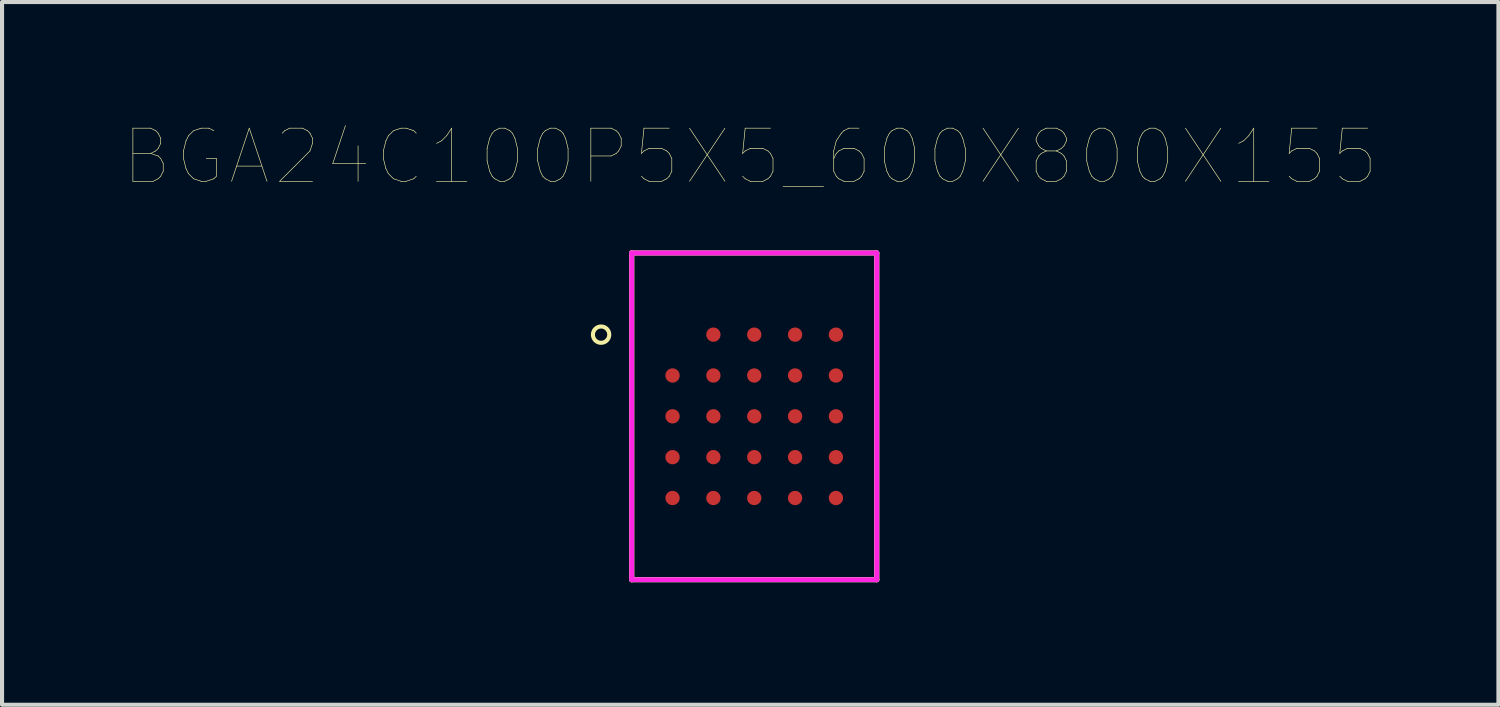
<source format=kicad_pcb>
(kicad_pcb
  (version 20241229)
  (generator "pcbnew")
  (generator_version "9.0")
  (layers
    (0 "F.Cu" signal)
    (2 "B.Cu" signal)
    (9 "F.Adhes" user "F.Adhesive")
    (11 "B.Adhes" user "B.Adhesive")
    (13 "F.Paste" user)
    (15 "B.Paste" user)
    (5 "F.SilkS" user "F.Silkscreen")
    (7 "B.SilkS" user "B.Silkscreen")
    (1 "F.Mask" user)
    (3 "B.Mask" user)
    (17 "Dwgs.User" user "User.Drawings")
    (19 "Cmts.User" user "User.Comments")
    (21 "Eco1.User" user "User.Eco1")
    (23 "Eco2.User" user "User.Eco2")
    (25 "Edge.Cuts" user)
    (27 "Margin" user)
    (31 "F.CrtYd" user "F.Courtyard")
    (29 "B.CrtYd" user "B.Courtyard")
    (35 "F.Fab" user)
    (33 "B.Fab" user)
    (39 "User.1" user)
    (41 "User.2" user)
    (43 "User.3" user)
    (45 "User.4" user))
  (footprint "BGA24C100P5X5_600X800X155"
    (layer "F.Cu")
    (at 15.418 7.144)
    (property "Reference" "BGA24C100P5X5_600X800X155" (at -0.098 -6.356 0) (layer "F.SilkS") (effects (font (size 1.301 1.301) (thickness 0.015))))
    (attr through_hole)
    (fp_line (start -3 -4) (end 3 -4) (stroke (width 0.127) (type solid)) (layer "F.SilkS"))
    (fp_line (start -3 4) (end -3 -4) (stroke (width 0.127) (type solid)) (layer "F.SilkS"))
    (fp_line (start 3 -4) (end 3 4) (stroke (width 0.127) (type solid)) (layer "F.SilkS"))
    (fp_line (start 3 4) (end -3 4) (stroke (width 0.127) (type solid)) (layer "F.SilkS"))
    (fp_circle (center -3.75 -2) (end -3.55 -2) (stroke (width 0.1) (type solid)) (fill no) (layer "F.SilkS"))
    (fp_line (start -3 -4) (end 3 -4) (stroke (width 0.12) (type solid)) (layer "F.CrtYd"))
    (fp_line (start -3 4) (end -3 -4) (stroke (width 0.12) (type solid)) (layer "F.CrtYd"))
    (fp_line (start 3 -4) (end 3 4) (stroke (width 0.12) (type solid)) (layer "F.CrtYd"))
    (fp_line (start 3 4) (end -3 4) (stroke (width 0.12) (type solid)) (layer "F.CrtYd"))
    (pad "A2" smd circle (at -1 -2) (size 0.35 0.35) (layers "F.Cu" "F.Mask" "F.Paste"))
    (pad "A3" smd circle (at 0 -2) (size 0.35 0.35) (layers "F.Cu" "F.Mask" "F.Paste"))
    (pad "A4" smd circle (at 1 -2) (size 0.35 0.35) (layers "F.Cu" "F.Mask" "F.Paste"))
    (pad "A5" smd circle (at 2 -2) (size 0.35 0.35) (layers "F.Cu" "F.Mask" "F.Paste"))
    (pad "B1" smd circle (at -2 -1) (size 0.35 0.35) (layers "F.Cu" "F.Mask" "F.Paste"))
    (pad "B2" smd circle (at -1 -1) (size 0.35 0.35) (layers "F.Cu" "F.Mask" "F.Paste"))
    (pad "B3" smd circle (at 0 -1) (size 0.35 0.35) (layers "F.Cu" "F.Mask" "F.Paste"))
    (pad "B4" smd circle (at 1 -1) (size 0.35 0.35) (layers "F.Cu" "F.Mask" "F.Paste"))
    (pad "B5" smd circle (at 2 -1) (size 0.35 0.35) (layers "F.Cu" "F.Mask" "F.Paste"))
    (pad "C1" smd circle (at -2 0) (size 0.35 0.35) (layers "F.Cu" "F.Mask" "F.Paste"))
    (pad "C2" smd circle (at -1 0) (size 0.35 0.35) (layers "F.Cu" "F.Mask" "F.Paste"))
    (pad "C3" smd circle (at 0 0) (size 0.35 0.35) (layers "F.Cu" "F.Mask" "F.Paste"))
    (pad "C4" smd circle (at 1 0) (size 0.35 0.35) (layers "F.Cu" "F.Mask" "F.Paste"))
    (pad "C5" smd circle (at 2 0) (size 0.35 0.35) (layers "F.Cu" "F.Mask" "F.Paste"))
    (pad "D1" smd circle (at -2 1) (size 0.35 0.35) (layers "F.Cu" "F.Mask" "F.Paste"))
    (pad "D2" smd circle (at -1 1) (size 0.35 0.35) (layers "F.Cu" "F.Mask" "F.Paste"))
    (pad "D3" smd circle (at 0 1) (size 0.35 0.35) (layers "F.Cu" "F.Mask" "F.Paste"))
    (pad "D4" smd circle (at 1 1) (size 0.35 0.35) (layers "F.Cu" "F.Mask" "F.Paste"))
    (pad "D5" smd circle (at 2 1) (size 0.35 0.35) (layers "F.Cu" "F.Mask" "F.Paste"))
    (pad "E1" smd circle (at -2 2) (size 0.35 0.35) (layers "F.Cu" "F.Mask" "F.Paste"))
    (pad "E2" smd circle (at -1 2) (size 0.35 0.35) (layers "F.Cu" "F.Mask" "F.Paste"))
    (pad "E3" smd circle (at 0 2) (size 0.35 0.35) (layers "F.Cu" "F.Mask" "F.Paste"))
    (pad "E4" smd circle (at 1 2) (size 0.35 0.35) (layers "F.Cu" "F.Mask" "F.Paste"))
    (pad "E5" smd circle (at 2 2) (size 0.35 0.35) (layers "F.Cu" "F.Mask" "F.Paste")))
  (gr_rect
    (start -3 -3)
    (end 33.64 14.207)
    (stroke (width 0.1) (type default))
    (fill no)
    (layer "Edge.Cuts")))
</source>
